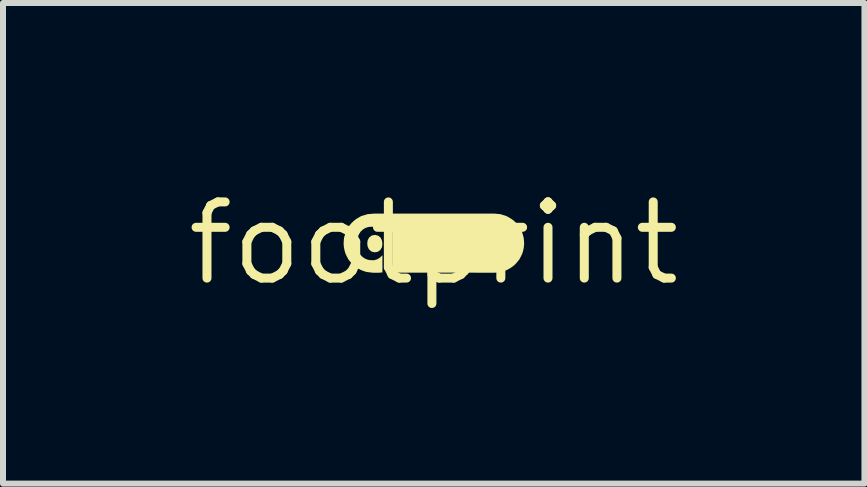
<source format=kicad_pcb>
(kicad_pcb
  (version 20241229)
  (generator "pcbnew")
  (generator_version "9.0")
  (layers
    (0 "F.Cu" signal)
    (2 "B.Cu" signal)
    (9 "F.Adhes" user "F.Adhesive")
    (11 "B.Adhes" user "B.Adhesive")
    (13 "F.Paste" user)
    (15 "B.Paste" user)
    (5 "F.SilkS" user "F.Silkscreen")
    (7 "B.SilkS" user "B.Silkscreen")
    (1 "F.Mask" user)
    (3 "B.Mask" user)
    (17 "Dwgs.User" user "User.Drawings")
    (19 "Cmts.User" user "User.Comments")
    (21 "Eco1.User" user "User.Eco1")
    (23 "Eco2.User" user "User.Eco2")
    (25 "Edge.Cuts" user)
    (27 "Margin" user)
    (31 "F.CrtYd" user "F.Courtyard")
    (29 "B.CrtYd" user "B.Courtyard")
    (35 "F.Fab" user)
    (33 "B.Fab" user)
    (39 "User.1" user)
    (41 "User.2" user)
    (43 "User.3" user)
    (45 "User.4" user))
  (footprint "footprint"
    (layer "F.Cu")
    (at 4.18 1.006)
    (property "Reference" "footprint" (at 0 0 0) (layer "F.SilkS") (effects (font (size 1.27 1.27) (thickness 0.15))))
    (fp_poly (pts (xy -0.923 -0.126) (xy -0.883 -0.091) (xy -0.862 -0.042) (xy -0.855 0.011) (xy -0.863 0.064) (xy -0.89 0.111) (xy -0.934 0.142) (xy -0.988 0.15) (xy -1.04 0.136) (xy -1.08 0.1) (xy -1.102 0.052) (xy -1.108 -0.001) (xy -1.1 -0.054) (xy -1.073 -0.101) (xy -1.029 -0.132) (xy -0.975 -0.14)) (stroke (width 0) (type solid)) (fill yes) (layer "F.SilkS"))
    (fp_poly (pts (xy 1.057 -0.491) (xy 1.111 -0.486) (xy 1.213 -0.454) (xy 1.26 -0.428) (xy 1.305 -0.4) (xy 1.347 -0.366) (xy 1.384 -0.327) (xy 1.418 -0.286) (xy 1.445 -0.24) (xy 1.471 -0.193) (xy 1.487 -0.141) (xy 1.5 -0.09) (xy 1.505 -0.036) (xy 1.507 0.017) (xy 1.501 0.071) (xy 1.491 0.123) (xy 1.475 0.174) (xy 1.452 0.222) (xy 1.426 0.27) (xy 1.393 0.311) (xy 1.357 0.352) (xy 1.316 0.386) (xy 1.272 0.416) (xy 1.225 0.442) (xy 1.175 0.461) (xy 1.124 0.477) (xy 1.018 0.49) (xy -0.683 0.489) (xy -0.683 -0.258) (xy -0.689 -0.259) (xy -0.712 -0.272) (xy -0.816 -0.272) (xy -0.855 -0.264) (xy -0.855 -0.205) (xy -0.936 -0.257) (xy -0.984 -0.273) (xy -1.036 -0.277) (xy -1.087 -0.272) (xy -1.136 -0.257) (xy -1.18 -0.231) (xy -1.218 -0.195) (xy -1.246 -0.152) (xy -1.266 -0.105) (xy -1.277 -0.054) (xy -1.281 -0.002) (xy -1.278 0.05) (xy -1.267 0.101) (xy -1.248 0.149) (xy -1.221 0.193) (xy -1.185 0.229) (xy -1.142 0.257) (xy -1.094 0.275) (xy -1.043 0.282) (xy -0.991 0.281) (xy -0.942 0.267) (xy -0.898 0.24) (xy -0.855 0.199) (xy -0.855 0.485) (xy -0.909 0.49) (xy -1.015 0.49) (xy -1.069 0.484) (xy -1.121 0.477) (xy -1.173 0.461) (xy -1.222 0.441) (xy -1.269 0.415) (xy -1.313 0.384) (xy -1.354 0.35) (xy -1.389 0.31) (xy -1.423 0.268) (xy -1.448 0.22) (xy -1.471 0.172) (xy -1.486 0.121) (xy -1.497 0.068) (xy -1.502 0.015) (xy -1.5 -0.039) (xy -1.495 -0.092) (xy -1.465 -0.195) (xy -1.439 -0.242) (xy -1.412 -0.288) (xy -1.378 -0.329) (xy -1.34 -0.367) (xy -1.299 -0.401) (xy -1.253 -0.429) (xy -1.206 -0.455) (xy -1.103 -0.486) (xy -0.997 -0.495) (xy 1.016 -0.495)) (stroke (width 0) (type solid)) (fill yes) (layer "F.SilkS")))
  (gr_rect
    (start -3 -3)
    (end 11.36 5.012)
    (stroke (width 0.1) (type default))
    (fill no)
    (layer "Edge.Cuts")))
</source>
